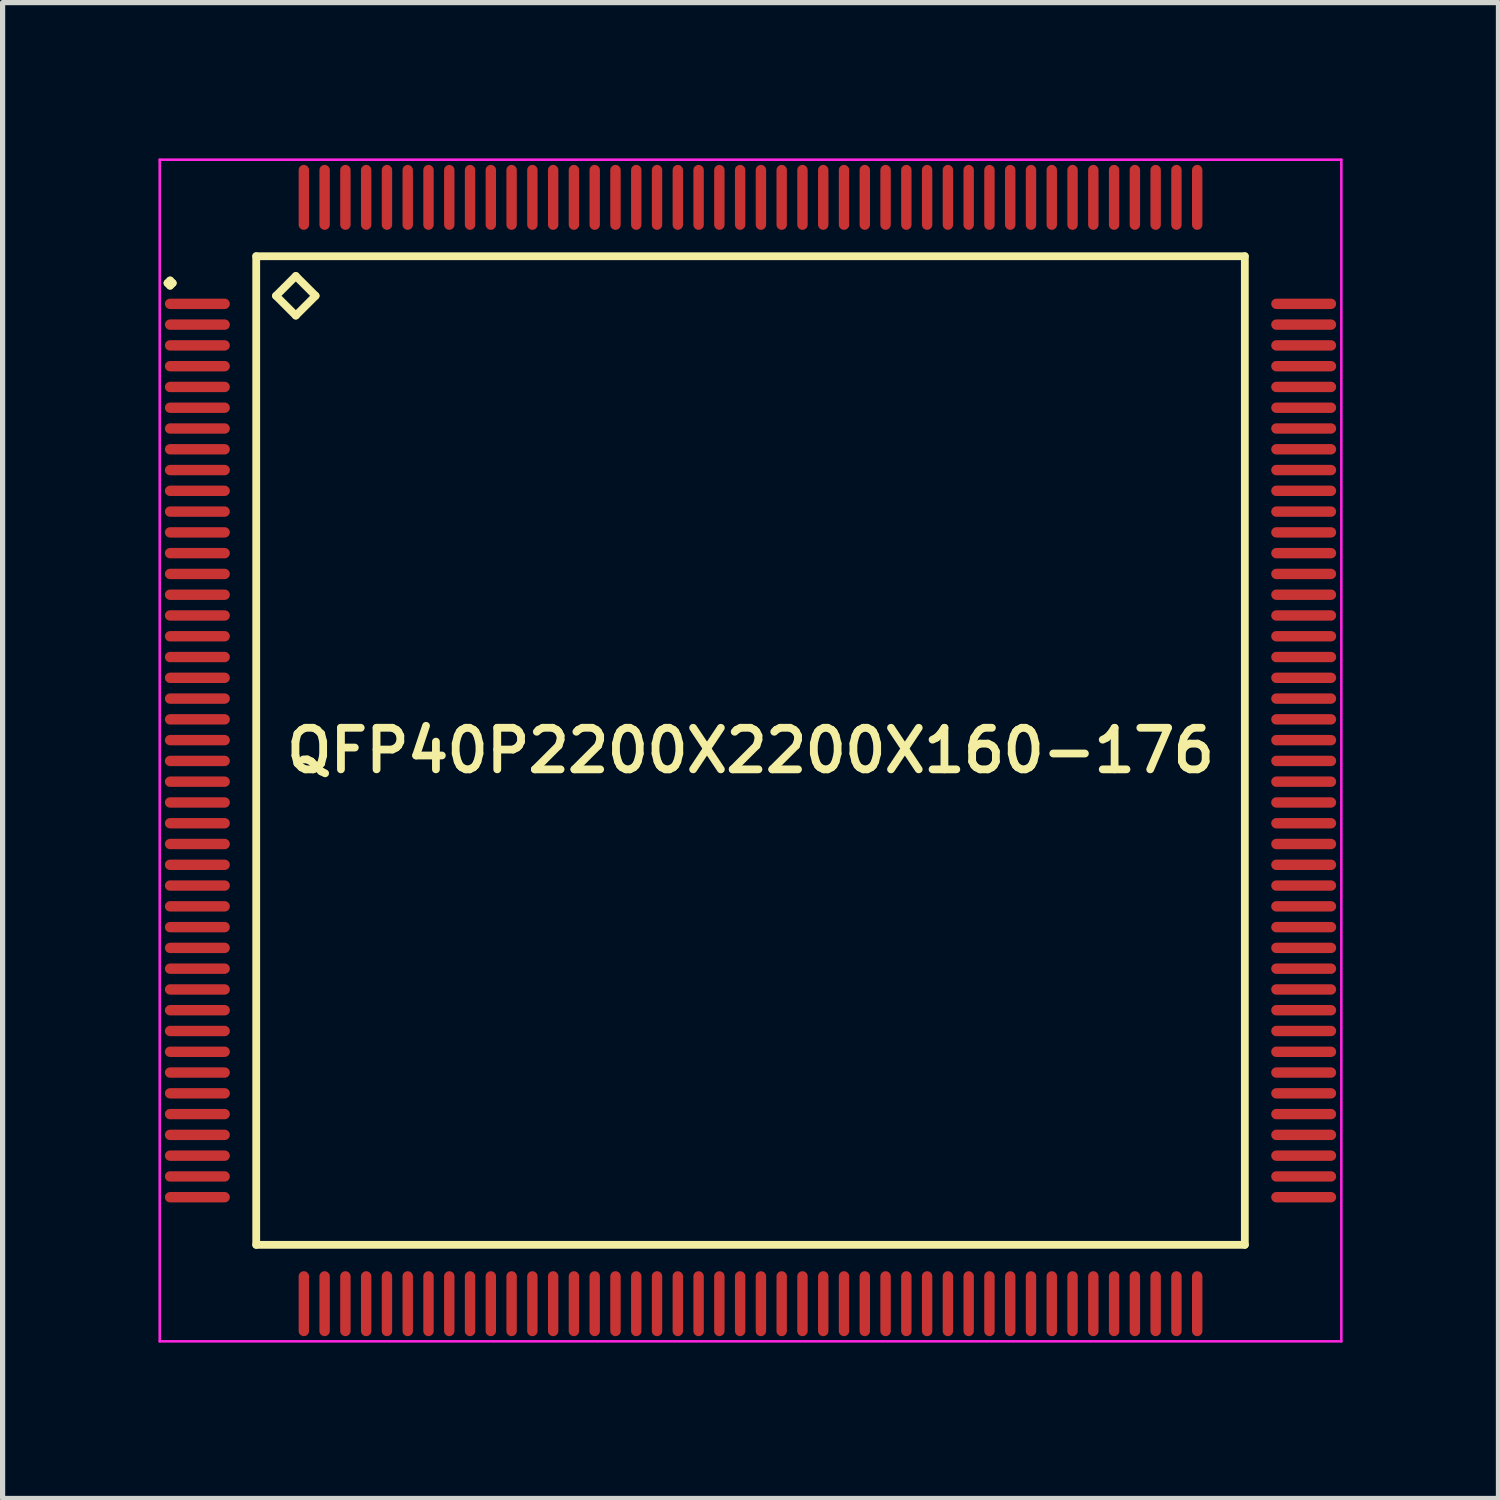
<source format=kicad_pcb>
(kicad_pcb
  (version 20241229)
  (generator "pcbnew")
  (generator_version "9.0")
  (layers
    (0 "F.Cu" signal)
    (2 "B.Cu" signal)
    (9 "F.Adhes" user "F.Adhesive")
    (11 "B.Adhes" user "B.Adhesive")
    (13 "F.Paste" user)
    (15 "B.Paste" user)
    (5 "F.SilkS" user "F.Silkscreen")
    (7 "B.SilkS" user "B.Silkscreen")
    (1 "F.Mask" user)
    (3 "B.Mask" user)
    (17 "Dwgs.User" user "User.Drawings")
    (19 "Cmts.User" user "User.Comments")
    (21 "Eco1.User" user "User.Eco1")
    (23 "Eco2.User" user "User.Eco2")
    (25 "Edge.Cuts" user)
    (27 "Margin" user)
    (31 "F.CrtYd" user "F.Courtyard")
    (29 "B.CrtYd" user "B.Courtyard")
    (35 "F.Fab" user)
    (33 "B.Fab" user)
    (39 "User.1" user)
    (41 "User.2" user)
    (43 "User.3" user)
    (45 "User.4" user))
  (footprint "QFP40P2200X2200X160-176"
    (layer "F.Cu")
    (at 11.4 11.4)
    (property "Reference" "QFP40P2200X2200X160-176" (at 0 0 0) (layer "F.SilkS") (effects (font (size 0.8 0.8) (thickness 0.15))))
    (attr smd)
    (fp_line (start -11.225 -9) (end -11.175 -9.05) (stroke (width 0.15) (type solid)) (layer "F.SilkS"))
    (fp_line (start -11.175 -9.05) (end -11.125 -9) (stroke (width 0.15) (type solid)) (layer "F.SilkS"))
    (fp_line (start -11.175 -8.95) (end -11.225 -9) (stroke (width 0.15) (type solid)) (layer "F.SilkS"))
    (fp_line (start -11.125 -9) (end -11.175 -8.95) (stroke (width 0.15) (type solid)) (layer "F.SilkS"))
    (fp_line (start -9.517 -9.517) (end -9.517 9.517) (stroke (width 0.15) (type solid)) (layer "F.SilkS"))
    (fp_line (start -9.517 9.517) (end 9.517 9.517) (stroke (width 0.15) (type solid)) (layer "F.SilkS"))
    (fp_line (start -9.136 -8.755) (end -8.755 -9.136) (stroke (width 0.15) (type solid)) (layer "F.SilkS"))
    (fp_line (start -8.755 -9.136) (end -8.374 -8.755) (stroke (width 0.15) (type solid)) (layer "F.SilkS"))
    (fp_line (start -8.755 -8.374) (end -9.136 -8.755) (stroke (width 0.15) (type solid)) (layer "F.SilkS"))
    (fp_line (start -8.374 -8.755) (end -8.755 -8.374) (stroke (width 0.15) (type solid)) (layer "F.SilkS"))
    (fp_line (start 9.517 -9.517) (end -9.517 -9.517) (stroke (width 0.15) (type solid)) (layer "F.SilkS"))
    (fp_line (start 9.517 9.517) (end 9.517 -9.517) (stroke (width 0.15) (type solid)) (layer "F.SilkS"))
    (fp_line (start -11.375 -11.375) (end 11.375 -11.375) (stroke (width 0.05) (type solid)) (layer "F.CrtYd"))
    (fp_line (start -11.375 11.375) (end -11.375 -11.375) (stroke (width 0.05) (type solid)) (layer "F.CrtYd"))
    (fp_line (start 11.375 -11.375) (end 11.375 11.375) (stroke (width 0.05) (type solid)) (layer "F.CrtYd"))
    (fp_line (start 11.375 11.375) (end -11.375 11.375) (stroke (width 0.05) (type solid)) (layer "F.CrtYd"))
    (pad "1" smd oval (at -10.65 -8.6) (size 1.25 0.2) (layers "F.Cu" "F.Mask" "F.Paste"))
    (pad "2" smd oval (at -10.65 -8.2) (size 1.25 0.2) (layers "F.Cu" "F.Mask" "F.Paste"))
    (pad "3" smd oval (at -10.65 -7.8) (size 1.25 0.2) (layers "F.Cu" "F.Mask" "F.Paste"))
    (pad "4" smd oval (at -10.65 -7.4) (size 1.25 0.2) (layers "F.Cu" "F.Mask" "F.Paste"))
    (pad "5" smd oval (at -10.65 -7) (size 1.25 0.2) (layers "F.Cu" "F.Mask" "F.Paste"))
    (pad "6" smd oval (at -10.65 -6.6) (size 1.25 0.2) (layers "F.Cu" "F.Mask" "F.Paste"))
    (pad "7" smd oval (at -10.65 -6.2) (size 1.25 0.2) (layers "F.Cu" "F.Mask" "F.Paste"))
    (pad "8" smd oval (at -10.65 -5.8) (size 1.25 0.2) (layers "F.Cu" "F.Mask" "F.Paste"))
    (pad "9" smd oval (at -10.65 -5.4) (size 1.25 0.2) (layers "F.Cu" "F.Mask" "F.Paste"))
    (pad "10" smd oval (at -10.65 -5) (size 1.25 0.2) (layers "F.Cu" "F.Mask" "F.Paste"))
    (pad "11" smd oval (at -10.65 -4.6) (size 1.25 0.2) (layers "F.Cu" "F.Mask" "F.Paste"))
    (pad "12" smd oval (at -10.65 -4.2) (size 1.25 0.2) (layers "F.Cu" "F.Mask" "F.Paste"))
    (pad "13" smd oval (at -10.65 -3.8) (size 1.25 0.2) (layers "F.Cu" "F.Mask" "F.Paste"))
    (pad "14" smd oval (at -10.65 -3.4) (size 1.25 0.2) (layers "F.Cu" "F.Mask" "F.Paste"))
    (pad "15" smd oval (at -10.65 -3) (size 1.25 0.2) (layers "F.Cu" "F.Mask" "F.Paste"))
    (pad "16" smd oval (at -10.65 -2.6) (size 1.25 0.2) (layers "F.Cu" "F.Mask" "F.Paste"))
    (pad "17" smd oval (at -10.65 -2.2) (size 1.25 0.2) (layers "F.Cu" "F.Mask" "F.Paste"))
    (pad "18" smd oval (at -10.65 -1.8) (size 1.25 0.2) (layers "F.Cu" "F.Mask" "F.Paste"))
    (pad "19" smd oval (at -10.65 -1.4) (size 1.25 0.2) (layers "F.Cu" "F.Mask" "F.Paste"))
    (pad "20" smd oval (at -10.65 -1) (size 1.25 0.2) (layers "F.Cu" "F.Mask" "F.Paste"))
    (pad "21" smd oval (at -10.65 -0.6) (size 1.25 0.2) (layers "F.Cu" "F.Mask" "F.Paste"))
    (pad "22" smd oval (at -10.65 -0.2) (size 1.25 0.2) (layers "F.Cu" "F.Mask" "F.Paste"))
    (pad "23" smd oval (at -10.65 0.2) (size 1.25 0.2) (layers "F.Cu" "F.Mask" "F.Paste"))
    (pad "24" smd oval (at -10.65 0.6) (size 1.25 0.2) (layers "F.Cu" "F.Mask" "F.Paste"))
    (pad "25" smd oval (at -10.65 1) (size 1.25 0.2) (layers "F.Cu" "F.Mask" "F.Paste"))
    (pad "26" smd oval (at -10.65 1.4) (size 1.25 0.2) (layers "F.Cu" "F.Mask" "F.Paste"))
    (pad "27" smd oval (at -10.65 1.8) (size 1.25 0.2) (layers "F.Cu" "F.Mask" "F.Paste"))
    (pad "28" smd oval (at -10.65 2.2) (size 1.25 0.2) (layers "F.Cu" "F.Mask" "F.Paste"))
    (pad "29" smd oval (at -10.65 2.6) (size 1.25 0.2) (layers "F.Cu" "F.Mask" "F.Paste"))
    (pad "30" smd oval (at -10.65 3) (size 1.25 0.2) (layers "F.Cu" "F.Mask" "F.Paste"))
    (pad "31" smd oval (at -10.65 3.4) (size 1.25 0.2) (layers "F.Cu" "F.Mask" "F.Paste"))
    (pad "32" smd oval (at -10.65 3.8) (size 1.25 0.2) (layers "F.Cu" "F.Mask" "F.Paste"))
    (pad "33" smd oval (at -10.65 4.2) (size 1.25 0.2) (layers "F.Cu" "F.Mask" "F.Paste"))
    (pad "34" smd oval (at -10.65 4.6) (size 1.25 0.2) (layers "F.Cu" "F.Mask" "F.Paste"))
    (pad "35" smd oval (at -10.65 5) (size 1.25 0.2) (layers "F.Cu" "F.Mask" "F.Paste"))
    (pad "36" smd oval (at -10.65 5.4) (size 1.25 0.2) (layers "F.Cu" "F.Mask" "F.Paste"))
    (pad "37" smd oval (at -10.65 5.8) (size 1.25 0.2) (layers "F.Cu" "F.Mask" "F.Paste"))
    (pad "38" smd oval (at -10.65 6.2) (size 1.25 0.2) (layers "F.Cu" "F.Mask" "F.Paste"))
    (pad "39" smd oval (at -10.65 6.6) (size 1.25 0.2) (layers "F.Cu" "F.Mask" "F.Paste"))
    (pad "40" smd oval (at -10.65 7) (size 1.25 0.2) (layers "F.Cu" "F.Mask" "F.Paste"))
    (pad "41" smd oval (at -10.65 7.4) (size 1.25 0.2) (layers "F.Cu" "F.Mask" "F.Paste"))
    (pad "42" smd oval (at -10.65 7.8) (size 1.25 0.2) (layers "F.Cu" "F.Mask" "F.Paste"))
    (pad "43" smd oval (at -10.65 8.2) (size 1.25 0.2) (layers "F.Cu" "F.Mask" "F.Paste"))
    (pad "44" smd oval (at -10.65 8.6) (size 1.25 0.2) (layers "F.Cu" "F.Mask" "F.Paste"))
    (pad "45" smd oval (at -8.6 10.65) (size 0.2 1.25) (layers "F.Cu" "F.Mask" "F.Paste"))
    (pad "46" smd oval (at -8.2 10.65) (size 0.2 1.25) (layers "F.Cu" "F.Mask" "F.Paste"))
    (pad "47" smd oval (at -7.8 10.65) (size 0.2 1.25) (layers "F.Cu" "F.Mask" "F.Paste"))
    (pad "48" smd oval (at -7.4 10.65) (size 0.2 1.25) (layers "F.Cu" "F.Mask" "F.Paste"))
    (pad "49" smd oval (at -7 10.65) (size 0.2 1.25) (layers "F.Cu" "F.Mask" "F.Paste"))
    (pad "50" smd oval (at -6.6 10.65) (size 0.2 1.25) (layers "F.Cu" "F.Mask" "F.Paste"))
    (pad "51" smd oval (at -6.2 10.65) (size 0.2 1.25) (layers "F.Cu" "F.Mask" "F.Paste"))
    (pad "52" smd oval (at -5.8 10.65) (size 0.2 1.25) (layers "F.Cu" "F.Mask" "F.Paste"))
    (pad "53" smd oval (at -5.4 10.65) (size 0.2 1.25) (layers "F.Cu" "F.Mask" "F.Paste"))
    (pad "54" smd oval (at -5 10.65) (size 0.2 1.25) (layers "F.Cu" "F.Mask" "F.Paste"))
    (pad "55" smd oval (at -4.6 10.65) (size 0.2 1.25) (layers "F.Cu" "F.Mask" "F.Paste"))
    (pad "56" smd oval (at -4.2 10.65) (size 0.2 1.25) (layers "F.Cu" "F.Mask" "F.Paste"))
    (pad "57" smd oval (at -3.8 10.65) (size 0.2 1.25) (layers "F.Cu" "F.Mask" "F.Paste"))
    (pad "58" smd oval (at -3.4 10.65) (size 0.2 1.25) (layers "F.Cu" "F.Mask" "F.Paste"))
    (pad "59" smd oval (at -3 10.65) (size 0.2 1.25) (layers "F.Cu" "F.Mask" "F.Paste"))
    (pad "60" smd oval (at -2.6 10.65) (size 0.2 1.25) (layers "F.Cu" "F.Mask" "F.Paste"))
    (pad "61" smd oval (at -2.2 10.65) (size 0.2 1.25) (layers "F.Cu" "F.Mask" "F.Paste"))
    (pad "62" smd oval (at -1.8 10.65) (size 0.2 1.25) (layers "F.Cu" "F.Mask" "F.Paste"))
    (pad "63" smd oval (at -1.4 10.65) (size 0.2 1.25) (layers "F.Cu" "F.Mask" "F.Paste"))
    (pad "64" smd oval (at -1 10.65) (size 0.2 1.25) (layers "F.Cu" "F.Mask" "F.Paste"))
    (pad "65" smd oval (at -0.6 10.65) (size 0.2 1.25) (layers "F.Cu" "F.Mask" "F.Paste"))
    (pad "66" smd oval (at -0.2 10.65) (size 0.2 1.25) (layers "F.Cu" "F.Mask" "F.Paste"))
    (pad "67" smd oval (at 0.2 10.65) (size 0.2 1.25) (layers "F.Cu" "F.Mask" "F.Paste"))
    (pad "68" smd oval (at 0.6 10.65) (size 0.2 1.25) (layers "F.Cu" "F.Mask" "F.Paste"))
    (pad "69" smd oval (at 1 10.65) (size 0.2 1.25) (layers "F.Cu" "F.Mask" "F.Paste"))
    (pad "70" smd oval (at 1.4 10.65) (size 0.2 1.25) (layers "F.Cu" "F.Mask" "F.Paste"))
    (pad "71" smd oval (at 1.8 10.65) (size 0.2 1.25) (layers "F.Cu" "F.Mask" "F.Paste"))
    (pad "72" smd oval (at 2.2 10.65) (size 0.2 1.25) (layers "F.Cu" "F.Mask" "F.Paste"))
    (pad "73" smd oval (at 2.6 10.65) (size 0.2 1.25) (layers "F.Cu" "F.Mask" "F.Paste"))
    (pad "74" smd oval (at 3 10.65) (size 0.2 1.25) (layers "F.Cu" "F.Mask" "F.Paste"))
    (pad "75" smd oval (at 3.4 10.65) (size 0.2 1.25) (layers "F.Cu" "F.Mask" "F.Paste"))
    (pad "76" smd oval (at 3.8 10.65) (size 0.2 1.25) (layers "F.Cu" "F.Mask" "F.Paste"))
    (pad "77" smd oval (at 4.2 10.65) (size 0.2 1.25) (layers "F.Cu" "F.Mask" "F.Paste"))
    (pad "78" smd oval (at 4.6 10.65) (size 0.2 1.25) (layers "F.Cu" "F.Mask" "F.Paste"))
    (pad "79" smd oval (at 5 10.65) (size 0.2 1.25) (layers "F.Cu" "F.Mask" "F.Paste"))
    (pad "80" smd oval (at 5.4 10.65) (size 0.2 1.25) (layers "F.Cu" "F.Mask" "F.Paste"))
    (pad "81" smd oval (at 5.8 10.65) (size 0.2 1.25) (layers "F.Cu" "F.Mask" "F.Paste"))
    (pad "82" smd oval (at 6.2 10.65) (size 0.2 1.25) (layers "F.Cu" "F.Mask" "F.Paste"))
    (pad "83" smd oval (at 6.6 10.65) (size 0.2 1.25) (layers "F.Cu" "F.Mask" "F.Paste"))
    (pad "84" smd oval (at 7 10.65) (size 0.2 1.25) (layers "F.Cu" "F.Mask" "F.Paste"))
    (pad "85" smd oval (at 7.4 10.65) (size 0.2 1.25) (layers "F.Cu" "F.Mask" "F.Paste"))
    (pad "86" smd oval (at 7.8 10.65) (size 0.2 1.25) (layers "F.Cu" "F.Mask" "F.Paste"))
    (pad "87" smd oval (at 8.2 10.65) (size 0.2 1.25) (layers "F.Cu" "F.Mask" "F.Paste"))
    (pad "88" smd oval (at 8.6 10.65) (size 0.2 1.25) (layers "F.Cu" "F.Mask" "F.Paste"))
    (pad "89" smd oval (at 10.65 8.6) (size 1.25 0.2) (layers "F.Cu" "F.Mask" "F.Paste"))
    (pad "90" smd oval (at 10.65 8.2) (size 1.25 0.2) (layers "F.Cu" "F.Mask" "F.Paste"))
    (pad "91" smd oval (at 10.65 7.8) (size 1.25 0.2) (layers "F.Cu" "F.Mask" "F.Paste"))
    (pad "92" smd oval (at 10.65 7.4) (size 1.25 0.2) (layers "F.Cu" "F.Mask" "F.Paste"))
    (pad "93" smd oval (at 10.65 7) (size 1.25 0.2) (layers "F.Cu" "F.Mask" "F.Paste"))
    (pad "94" smd oval (at 10.65 6.6) (size 1.25 0.2) (layers "F.Cu" "F.Mask" "F.Paste"))
    (pad "95" smd oval (at 10.65 6.2) (size 1.25 0.2) (layers "F.Cu" "F.Mask" "F.Paste"))
    (pad "96" smd oval (at 10.65 5.8) (size 1.25 0.2) (layers "F.Cu" "F.Mask" "F.Paste"))
    (pad "97" smd oval (at 10.65 5.4) (size 1.25 0.2) (layers "F.Cu" "F.Mask" "F.Paste"))
    (pad "98" smd oval (at 10.65 5) (size 1.25 0.2) (layers "F.Cu" "F.Mask" "F.Paste"))
    (pad "99" smd oval (at 10.65 4.6) (size 1.25 0.2) (layers "F.Cu" "F.Mask" "F.Paste"))
    (pad "100" smd oval (at 10.65 4.2) (size 1.25 0.2) (layers "F.Cu" "F.Mask" "F.Paste"))
    (pad "101" smd oval (at 10.65 3.8) (size 1.25 0.2) (layers "F.Cu" "F.Mask" "F.Paste"))
    (pad "102" smd oval (at 10.65 3.4) (size 1.25 0.2) (layers "F.Cu" "F.Mask" "F.Paste"))
    (pad "103" smd oval (at 10.65 3) (size 1.25 0.2) (layers "F.Cu" "F.Mask" "F.Paste"))
    (pad "104" smd oval (at 10.65 2.6) (size 1.25 0.2) (layers "F.Cu" "F.Mask" "F.Paste"))
    (pad "105" smd oval (at 10.65 2.2) (size 1.25 0.2) (layers "F.Cu" "F.Mask" "F.Paste"))
    (pad "106" smd oval (at 10.65 1.8) (size 1.25 0.2) (layers "F.Cu" "F.Mask" "F.Paste"))
    (pad "107" smd oval (at 10.65 1.4) (size 1.25 0.2) (layers "F.Cu" "F.Mask" "F.Paste"))
    (pad "108" smd oval (at 10.65 1) (size 1.25 0.2) (layers "F.Cu" "F.Mask" "F.Paste"))
    (pad "109" smd oval (at 10.65 0.6) (size 1.25 0.2) (layers "F.Cu" "F.Mask" "F.Paste"))
    (pad "110" smd oval (at 10.65 0.2) (size 1.25 0.2) (layers "F.Cu" "F.Mask" "F.Paste"))
    (pad "111" smd oval (at 10.65 -0.2) (size 1.25 0.2) (layers "F.Cu" "F.Mask" "F.Paste"))
    (pad "112" smd oval (at 10.65 -0.6) (size 1.25 0.2) (layers "F.Cu" "F.Mask" "F.Paste"))
    (pad "113" smd oval (at 10.65 -1) (size 1.25 0.2) (layers "F.Cu" "F.Mask" "F.Paste"))
    (pad "114" smd oval (at 10.65 -1.4) (size 1.25 0.2) (layers "F.Cu" "F.Mask" "F.Paste"))
    (pad "115" smd oval (at 10.65 -1.8) (size 1.25 0.2) (layers "F.Cu" "F.Mask" "F.Paste"))
    (pad "116" smd oval (at 10.65 -2.2) (size 1.25 0.2) (layers "F.Cu" "F.Mask" "F.Paste"))
    (pad "117" smd oval (at 10.65 -2.6) (size 1.25 0.2) (layers "F.Cu" "F.Mask" "F.Paste"))
    (pad "118" smd oval (at 10.65 -3) (size 1.25 0.2) (layers "F.Cu" "F.Mask" "F.Paste"))
    (pad "119" smd oval (at 10.65 -3.4) (size 1.25 0.2) (layers "F.Cu" "F.Mask" "F.Paste"))
    (pad "120" smd oval (at 10.65 -3.8) (size 1.25 0.2) (layers "F.Cu" "F.Mask" "F.Paste"))
    (pad "121" smd oval (at 10.65 -4.2) (size 1.25 0.2) (layers "F.Cu" "F.Mask" "F.Paste"))
    (pad "122" smd oval (at 10.65 -4.6) (size 1.25 0.2) (layers "F.Cu" "F.Mask" "F.Paste"))
    (pad "123" smd oval (at 10.65 -5) (size 1.25 0.2) (layers "F.Cu" "F.Mask" "F.Paste"))
    (pad "124" smd oval (at 10.65 -5.4) (size 1.25 0.2) (layers "F.Cu" "F.Mask" "F.Paste"))
    (pad "125" smd oval (at 10.65 -5.8) (size 1.25 0.2) (layers "F.Cu" "F.Mask" "F.Paste"))
    (pad "126" smd oval (at 10.65 -6.2) (size 1.25 0.2) (layers "F.Cu" "F.Mask" "F.Paste"))
    (pad "127" smd oval (at 10.65 -6.6) (size 1.25 0.2) (layers "F.Cu" "F.Mask" "F.Paste"))
    (pad "128" smd oval (at 10.65 -7) (size 1.25 0.2) (layers "F.Cu" "F.Mask" "F.Paste"))
    (pad "129" smd oval (at 10.65 -7.4) (size 1.25 0.2) (layers "F.Cu" "F.Mask" "F.Paste"))
    (pad "130" smd oval (at 10.65 -7.8) (size 1.25 0.2) (layers "F.Cu" "F.Mask" "F.Paste"))
    (pad "131" smd oval (at 10.65 -8.2) (size 1.25 0.2) (layers "F.Cu" "F.Mask" "F.Paste"))
    (pad "132" smd oval (at 10.65 -8.6) (size 1.25 0.2) (layers "F.Cu" "F.Mask" "F.Paste"))
    (pad "133" smd oval (at 8.6 -10.65) (size 0.2 1.25) (layers "F.Cu" "F.Mask" "F.Paste"))
    (pad "134" smd oval (at 8.2 -10.65) (size 0.2 1.25) (layers "F.Cu" "F.Mask" "F.Paste"))
    (pad "135" smd oval (at 7.8 -10.65) (size 0.2 1.25) (layers "F.Cu" "F.Mask" "F.Paste"))
    (pad "136" smd oval (at 7.4 -10.65) (size 0.2 1.25) (layers "F.Cu" "F.Mask" "F.Paste"))
    (pad "137" smd oval (at 7 -10.65) (size 0.2 1.25) (layers "F.Cu" "F.Mask" "F.Paste"))
    (pad "138" smd oval (at 6.6 -10.65) (size 0.2 1.25) (layers "F.Cu" "F.Mask" "F.Paste"))
    (pad "139" smd oval (at 6.2 -10.65) (size 0.2 1.25) (layers "F.Cu" "F.Mask" "F.Paste"))
    (pad "140" smd oval (at 5.8 -10.65) (size 0.2 1.25) (layers "F.Cu" "F.Mask" "F.Paste"))
    (pad "141" smd oval (at 5.4 -10.65) (size 0.2 1.25) (layers "F.Cu" "F.Mask" "F.Paste"))
    (pad "142" smd oval (at 5 -10.65) (size 0.2 1.25) (layers "F.Cu" "F.Mask" "F.Paste"))
    (pad "143" smd oval (at 4.6 -10.65) (size 0.2 1.25) (layers "F.Cu" "F.Mask" "F.Paste"))
    (pad "144" smd oval (at 4.2 -10.65) (size 0.2 1.25) (layers "F.Cu" "F.Mask" "F.Paste"))
    (pad "145" smd oval (at 3.8 -10.65) (size 0.2 1.25) (layers "F.Cu" "F.Mask" "F.Paste"))
    (pad "146" smd oval (at 3.4 -10.65) (size 0.2 1.25) (layers "F.Cu" "F.Mask" "F.Paste"))
    (pad "147" smd oval (at 3 -10.65) (size 0.2 1.25) (layers "F.Cu" "F.Mask" "F.Paste"))
    (pad "148" smd oval (at 2.6 -10.65) (size 0.2 1.25) (layers "F.Cu" "F.Mask" "F.Paste"))
    (pad "149" smd oval (at 2.2 -10.65) (size 0.2 1.25) (layers "F.Cu" "F.Mask" "F.Paste"))
    (pad "150" smd oval (at 1.8 -10.65) (size 0.2 1.25) (layers "F.Cu" "F.Mask" "F.Paste"))
    (pad "151" smd oval (at 1.4 -10.65) (size 0.2 1.25) (layers "F.Cu" "F.Mask" "F.Paste"))
    (pad "152" smd oval (at 1 -10.65) (size 0.2 1.25) (layers "F.Cu" "F.Mask" "F.Paste"))
    (pad "153" smd oval (at 0.6 -10.65) (size 0.2 1.25) (layers "F.Cu" "F.Mask" "F.Paste"))
    (pad "154" smd oval (at 0.2 -10.65) (size 0.2 1.25) (layers "F.Cu" "F.Mask" "F.Paste"))
    (pad "155" smd oval (at -0.2 -10.65) (size 0.2 1.25) (layers "F.Cu" "F.Mask" "F.Paste"))
    (pad "156" smd oval (at -0.6 -10.65) (size 0.2 1.25) (layers "F.Cu" "F.Mask" "F.Paste"))
    (pad "157" smd oval (at -1 -10.65) (size 0.2 1.25) (layers "F.Cu" "F.Mask" "F.Paste"))
    (pad "158" smd oval (at -1.4 -10.65) (size 0.2 1.25) (layers "F.Cu" "F.Mask" "F.Paste"))
    (pad "159" smd oval (at -1.8 -10.65) (size 0.2 1.25) (layers "F.Cu" "F.Mask" "F.Paste"))
    (pad "160" smd oval (at -2.2 -10.65) (size 0.2 1.25) (layers "F.Cu" "F.Mask" "F.Paste"))
    (pad "161" smd oval (at -2.6 -10.65) (size 0.2 1.25) (layers "F.Cu" "F.Mask" "F.Paste"))
    (pad "162" smd oval (at -3 -10.65) (size 0.2 1.25) (layers "F.Cu" "F.Mask" "F.Paste"))
    (pad "163" smd oval (at -3.4 -10.65) (size 0.2 1.25) (layers "F.Cu" "F.Mask" "F.Paste"))
    (pad "164" smd oval (at -3.8 -10.65) (size 0.2 1.25) (layers "F.Cu" "F.Mask" "F.Paste"))
    (pad "165" smd oval (at -4.2 -10.65) (size 0.2 1.25) (layers "F.Cu" "F.Mask" "F.Paste"))
    (pad "166" smd oval (at -4.6 -10.65) (size 0.2 1.25) (layers "F.Cu" "F.Mask" "F.Paste"))
    (pad "167" smd oval (at -5 -10.65) (size 0.2 1.25) (layers "F.Cu" "F.Mask" "F.Paste"))
    (pad "168" smd oval (at -5.4 -10.65) (size 0.2 1.25) (layers "F.Cu" "F.Mask" "F.Paste"))
    (pad "169" smd oval (at -5.8 -10.65) (size 0.2 1.25) (layers "F.Cu" "F.Mask" "F.Paste"))
    (pad "170" smd oval (at -6.2 -10.65) (size 0.2 1.25) (layers "F.Cu" "F.Mask" "F.Paste"))
    (pad "171" smd oval (at -6.6 -10.65) (size 0.2 1.25) (layers "F.Cu" "F.Mask" "F.Paste"))
    (pad "172" smd oval (at -7 -10.65) (size 0.2 1.25) (layers "F.Cu" "F.Mask" "F.Paste"))
    (pad "173" smd oval (at -7.4 -10.65) (size 0.2 1.25) (layers "F.Cu" "F.Mask" "F.Paste"))
    (pad "174" smd oval (at -7.8 -10.65) (size 0.2 1.25) (layers "F.Cu" "F.Mask" "F.Paste"))
    (pad "175" smd oval (at -8.2 -10.65) (size 0.2 1.25) (layers "F.Cu" "F.Mask" "F.Paste"))
    (pad "176" smd oval (at -8.6 -10.65) (size 0.2 1.25) (layers "F.Cu" "F.Mask" "F.Paste")))
  (gr_rect
    (start -3 -3)
    (end 25.8 25.8)
    (stroke (width 0.1) (type default))
    (fill no)
    (layer "Edge.Cuts")))
</source>
